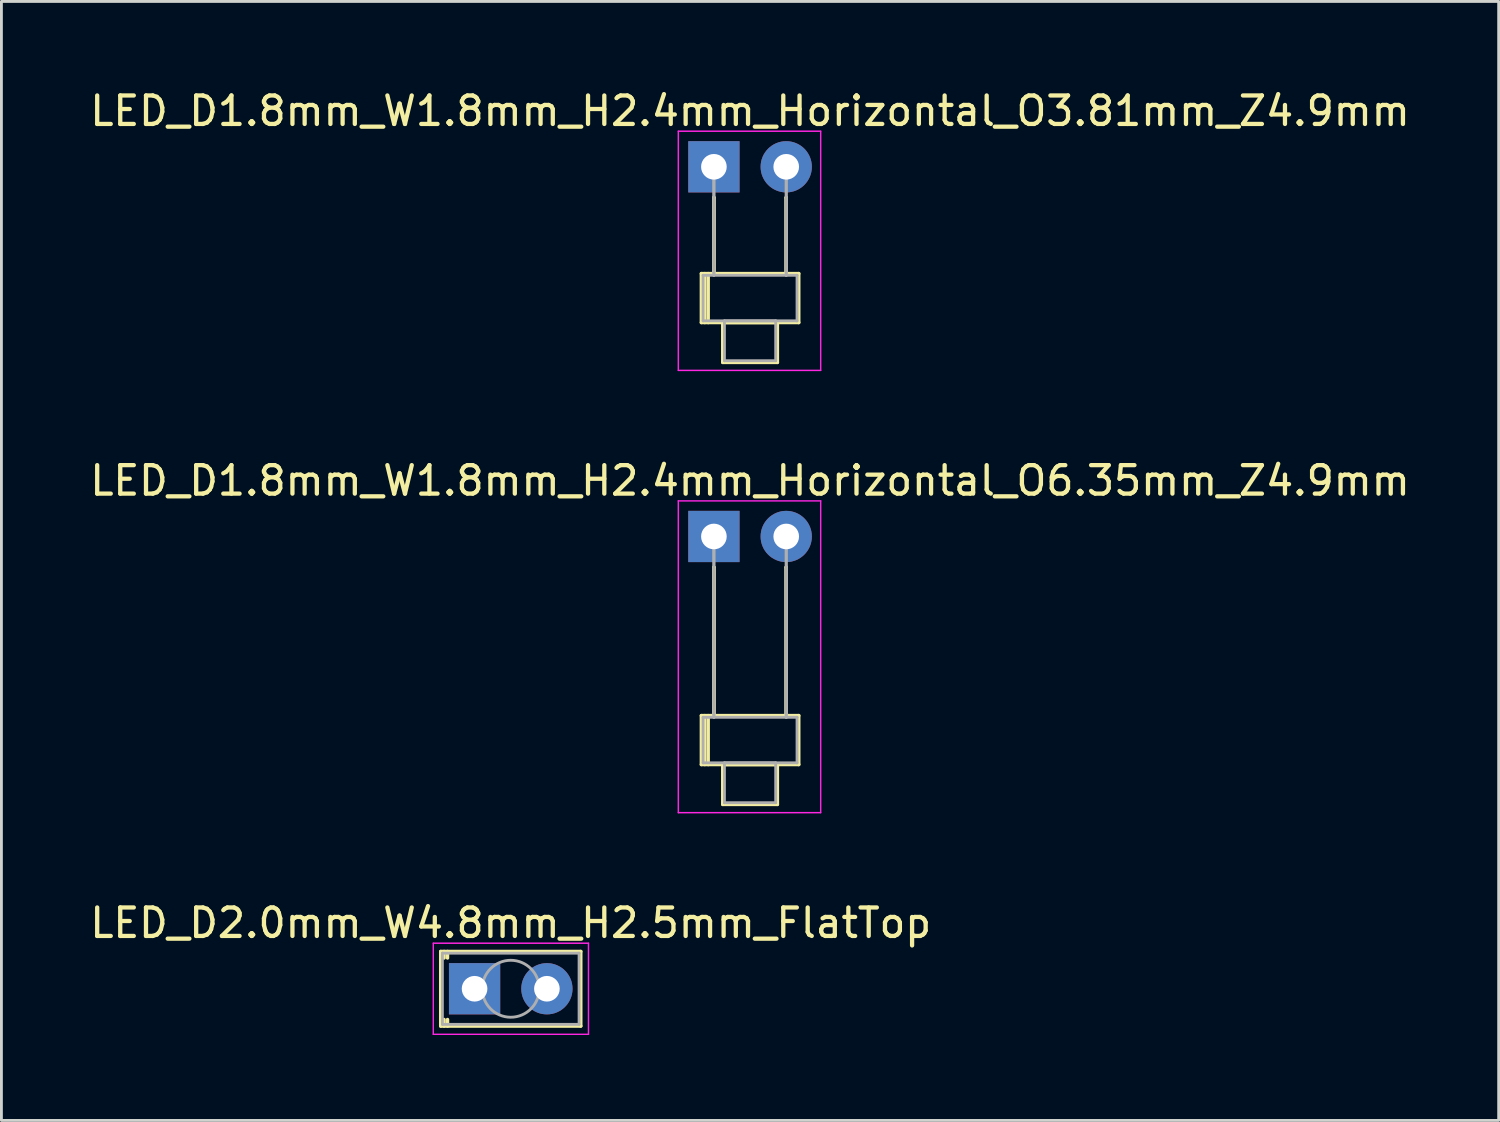
<source format=kicad_pcb>
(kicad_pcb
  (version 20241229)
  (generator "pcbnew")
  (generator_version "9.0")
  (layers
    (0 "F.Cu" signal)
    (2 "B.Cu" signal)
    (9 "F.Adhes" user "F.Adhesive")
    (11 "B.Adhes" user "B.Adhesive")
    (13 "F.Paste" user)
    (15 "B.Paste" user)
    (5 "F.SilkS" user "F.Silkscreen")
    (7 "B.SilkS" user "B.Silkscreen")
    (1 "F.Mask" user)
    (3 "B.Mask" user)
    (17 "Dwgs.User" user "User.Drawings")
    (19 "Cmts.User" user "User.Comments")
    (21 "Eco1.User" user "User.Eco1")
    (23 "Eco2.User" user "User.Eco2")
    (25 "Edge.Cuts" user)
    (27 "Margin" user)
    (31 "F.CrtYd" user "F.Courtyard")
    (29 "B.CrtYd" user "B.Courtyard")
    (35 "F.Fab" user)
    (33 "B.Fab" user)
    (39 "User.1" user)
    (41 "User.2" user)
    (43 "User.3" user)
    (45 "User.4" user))
  (footprint "LED_D2.0mm_W4.8mm_H2.5mm_FlatTop"
    (layer "F.Cu")
    (at 13.617 31.675)
    (property "Reference" "LED_D2.0mm_W4.8mm_H2.5mm_FlatTop" (at 1.27 -2.31 0) (layer "F.SilkS") (effects (font (size 1 1) (thickness 0.15))))
    (attr through_hole)
    (fp_line (start -1.19 -1.31) (end -1.19 1.31) (stroke (width 0.12) (type solid)) (layer "F.SilkS"))
    (fp_line (start -1.19 -1.31) (end 3.73 -1.31) (stroke (width 0.12) (type solid)) (layer "F.SilkS"))
    (fp_line (start -1.19 1.31) (end 3.73 1.31) (stroke (width 0.12) (type solid)) (layer "F.SilkS"))
    (fp_line (start -1.07 -1.31) (end -1.07 -1.08) (stroke (width 0.12) (type solid)) (layer "F.SilkS"))
    (fp_line (start -1.07 1.08) (end -1.07 1.31) (stroke (width 0.12) (type solid)) (layer "F.SilkS"))
    (fp_line (start -0.95 -1.31) (end -0.95 -1.08) (stroke (width 0.12) (type solid)) (layer "F.SilkS"))
    (fp_line (start -0.95 1.08) (end -0.95 1.31) (stroke (width 0.12) (type solid)) (layer "F.SilkS"))
    (fp_line (start 3.73 -1.31) (end 3.73 1.31) (stroke (width 0.12) (type solid)) (layer "F.SilkS"))
    (fp_line (start -1.45 -1.6) (end -1.45 1.6) (stroke (width 0.05) (type solid)) (layer "F.CrtYd"))
    (fp_line (start -1.45 1.6) (end 4 1.6) (stroke (width 0.05) (type solid)) (layer "F.CrtYd"))
    (fp_line (start 4 -1.6) (end -1.45 -1.6) (stroke (width 0.05) (type solid)) (layer "F.CrtYd"))
    (fp_line (start 4 1.6) (end 4 -1.6) (stroke (width 0.05) (type solid)) (layer "F.CrtYd"))
    (fp_line (start -1.13 -1.25) (end -1.13 1.25) (stroke (width 0.1) (type solid)) (layer "F.Fab"))
    (fp_line (start -1.13 1.25) (end 3.67 1.25) (stroke (width 0.1) (type solid)) (layer "F.Fab"))
    (fp_line (start 3.67 -1.25) (end -1.13 -1.25) (stroke (width 0.1) (type solid)) (layer "F.Fab"))
    (fp_line (start 3.67 1.25) (end 3.67 -1.25) (stroke (width 0.1) (type solid)) (layer "F.Fab"))
    (fp_circle (center 1.27 0) (end 2.27 0) (stroke (width 0.1) (type solid)) (fill no) (layer "F.Fab"))
    (pad "1" thru_hole rect (at 0 0) (size 1.8 1.8) (drill 0.9) (layers "*.Cu" "*.Mask"))
    (pad "2" thru_hole circle (at 2.54 0) (size 1.8 1.8) (drill 0.9) (layers "*.Cu" "*.Mask")))
  (footprint "LED_D1.8mm_W1.8mm_H2.4mm_Horizontal_O6.35mm_Z4.9mm"
    (layer "F.Cu")
    (at 22.022 15.791)
    (property "Reference" "LED_D1.8mm_W1.8mm_H2.4mm_Horizontal_O6.35mm_Z4.9mm" (at 1.27 -1.96 0) (layer "F.SilkS") (effects (font (size 1 1) (thickness 0.15))))
    (attr through_hole)
    (fp_line (start -0.44 6.29) (end -0.44 8.01) (stroke (width 0.12) (type solid)) (layer "F.SilkS"))
    (fp_line (start -0.44 8.01) (end 2.98 8.01) (stroke (width 0.12) (type solid)) (layer "F.SilkS"))
    (fp_line (start -0.32 6.29) (end -0.32 8.01) (stroke (width 0.12) (type solid)) (layer "F.SilkS"))
    (fp_line (start -0.2 6.29) (end -0.2 8.01) (stroke (width 0.12) (type solid)) (layer "F.SilkS"))
    (fp_line (start 0 1.08) (end 0 1.08) (stroke (width 0.12) (type solid)) (layer "F.SilkS"))
    (fp_line (start 0 1.08) (end 0 6.29) (stroke (width 0.12) (type solid)) (layer "F.SilkS"))
    (fp_line (start 0 6.29) (end 0 1.08) (stroke (width 0.12) (type solid)) (layer "F.SilkS"))
    (fp_line (start 0 6.29) (end 0 6.29) (stroke (width 0.12) (type solid)) (layer "F.SilkS"))
    (fp_line (start 0.31 8.01) (end 0.31 9.41) (stroke (width 0.12) (type solid)) (layer "F.SilkS"))
    (fp_line (start 0.31 9.41) (end 2.23 9.41) (stroke (width 0.12) (type solid)) (layer "F.SilkS"))
    (fp_line (start 2.23 8.01) (end 0.31 8.01) (stroke (width 0.12) (type solid)) (layer "F.SilkS"))
    (fp_line (start 2.23 9.41) (end 2.23 8.01) (stroke (width 0.12) (type solid)) (layer "F.SilkS"))
    (fp_line (start 2.54 1.08) (end 2.54 1.08) (stroke (width 0.12) (type solid)) (layer "F.SilkS"))
    (fp_line (start 2.54 1.08) (end 2.54 6.29) (stroke (width 0.12) (type solid)) (layer "F.SilkS"))
    (fp_line (start 2.54 6.29) (end 2.54 1.08) (stroke (width 0.12) (type solid)) (layer "F.SilkS"))
    (fp_line (start 2.54 6.29) (end 2.54 6.29) (stroke (width 0.12) (type solid)) (layer "F.SilkS"))
    (fp_line (start 2.98 6.29) (end -0.44 6.29) (stroke (width 0.12) (type solid)) (layer "F.SilkS"))
    (fp_line (start 2.98 8.01) (end 2.98 6.29) (stroke (width 0.12) (type solid)) (layer "F.SilkS"))
    (fp_line (start -1.25 -1.25) (end -1.25 9.7) (stroke (width 0.05) (type solid)) (layer "F.CrtYd"))
    (fp_line (start -1.25 9.7) (end 3.75 9.7) (stroke (width 0.05) (type solid)) (layer "F.CrtYd"))
    (fp_line (start 3.75 -1.25) (end -1.25 -1.25) (stroke (width 0.05) (type solid)) (layer "F.CrtYd"))
    (fp_line (start 3.75 9.7) (end 3.75 -1.25) (stroke (width 0.05) (type solid)) (layer "F.CrtYd"))
    (fp_line (start -0.38 6.35) (end -0.38 7.95) (stroke (width 0.1) (type solid)) (layer "F.Fab"))
    (fp_line (start -0.38 7.95) (end 2.92 7.95) (stroke (width 0.1) (type solid)) (layer "F.Fab"))
    (fp_line (start 0 0) (end 0 0) (stroke (width 0.1) (type solid)) (layer "F.Fab"))
    (fp_line (start 0 0) (end 0 6.35) (stroke (width 0.1) (type solid)) (layer "F.Fab"))
    (fp_line (start 0 6.35) (end 0 0) (stroke (width 0.1) (type solid)) (layer "F.Fab"))
    (fp_line (start 0 6.35) (end 0 6.35) (stroke (width 0.1) (type solid)) (layer "F.Fab"))
    (fp_line (start 0.37 7.95) (end 0.37 9.35) (stroke (width 0.1) (type solid)) (layer "F.Fab"))
    (fp_line (start 0.37 9.35) (end 2.17 9.35) (stroke (width 0.1) (type solid)) (layer "F.Fab"))
    (fp_line (start 2.17 7.95) (end 0.37 7.95) (stroke (width 0.1) (type solid)) (layer "F.Fab"))
    (fp_line (start 2.17 9.35) (end 2.17 7.95) (stroke (width 0.1) (type solid)) (layer "F.Fab"))
    (fp_line (start 2.54 0) (end 2.54 0) (stroke (width 0.1) (type solid)) (layer "F.Fab"))
    (fp_line (start 2.54 0) (end 2.54 6.35) (stroke (width 0.1) (type solid)) (layer "F.Fab"))
    (fp_line (start 2.54 6.35) (end 2.54 0) (stroke (width 0.1) (type solid)) (layer "F.Fab"))
    (fp_line (start 2.54 6.35) (end 2.54 6.35) (stroke (width 0.1) (type solid)) (layer "F.Fab"))
    (fp_line (start 2.92 6.35) (end -0.38 6.35) (stroke (width 0.1) (type solid)) (layer "F.Fab"))
    (fp_line (start 2.92 7.95) (end 2.92 6.35) (stroke (width 0.1) (type solid)) (layer "F.Fab"))
    (pad "1" thru_hole rect (at 0 0) (size 1.8 1.8) (drill 0.9) (layers "*.Cu" "*.Mask"))
    (pad "2" thru_hole circle (at 2.54 0) (size 1.8 1.8) (drill 0.9) (layers "*.Cu" "*.Mask")))
  (footprint "LED_D1.8mm_W1.8mm_H2.4mm_Horizontal_O3.81mm_Z4.9mm"
    (layer "F.Cu")
    (at 22.022 2.808)
    (property "Reference" "LED_D1.8mm_W1.8mm_H2.4mm_Horizontal_O3.81mm_Z4.9mm" (at 1.27 -1.96 0) (layer "F.SilkS") (effects (font (size 1 1) (thickness 0.15))))
    (attr through_hole)
    (fp_line (start -0.44 3.75) (end -0.44 5.47) (stroke (width 0.12) (type solid)) (layer "F.SilkS"))
    (fp_line (start -0.44 5.47) (end 2.98 5.47) (stroke (width 0.12) (type solid)) (layer "F.SilkS"))
    (fp_line (start -0.32 3.75) (end -0.32 5.47) (stroke (width 0.12) (type solid)) (layer "F.SilkS"))
    (fp_line (start -0.2 3.75) (end -0.2 5.47) (stroke (width 0.12) (type solid)) (layer "F.SilkS"))
    (fp_line (start 0 1.08) (end 0 1.08) (stroke (width 0.12) (type solid)) (layer "F.SilkS"))
    (fp_line (start 0 1.08) (end 0 3.75) (stroke (width 0.12) (type solid)) (layer "F.SilkS"))
    (fp_line (start 0 3.75) (end 0 1.08) (stroke (width 0.12) (type solid)) (layer "F.SilkS"))
    (fp_line (start 0 3.75) (end 0 3.75) (stroke (width 0.12) (type solid)) (layer "F.SilkS"))
    (fp_line (start 0.31 5.47) (end 0.31 6.87) (stroke (width 0.12) (type solid)) (layer "F.SilkS"))
    (fp_line (start 0.31 6.87) (end 2.23 6.87) (stroke (width 0.12) (type solid)) (layer "F.SilkS"))
    (fp_line (start 2.23 5.47) (end 0.31 5.47) (stroke (width 0.12) (type solid)) (layer "F.SilkS"))
    (fp_line (start 2.23 6.87) (end 2.23 5.47) (stroke (width 0.12) (type solid)) (layer "F.SilkS"))
    (fp_line (start 2.54 1.08) (end 2.54 1.08) (stroke (width 0.12) (type solid)) (layer "F.SilkS"))
    (fp_line (start 2.54 1.08) (end 2.54 3.75) (stroke (width 0.12) (type solid)) (layer "F.SilkS"))
    (fp_line (start 2.54 3.75) (end 2.54 1.08) (stroke (width 0.12) (type solid)) (layer "F.SilkS"))
    (fp_line (start 2.54 3.75) (end 2.54 3.75) (stroke (width 0.12) (type solid)) (layer "F.SilkS"))
    (fp_line (start 2.98 3.75) (end -0.44 3.75) (stroke (width 0.12) (type solid)) (layer "F.SilkS"))
    (fp_line (start 2.98 5.47) (end 2.98 3.75) (stroke (width 0.12) (type solid)) (layer "F.SilkS"))
    (fp_line (start -1.25 -1.25) (end -1.25 7.15) (stroke (width 0.05) (type solid)) (layer "F.CrtYd"))
    (fp_line (start -1.25 7.15) (end 3.75 7.15) (stroke (width 0.05) (type solid)) (layer "F.CrtYd"))
    (fp_line (start 3.75 -1.25) (end -1.25 -1.25) (stroke (width 0.05) (type solid)) (layer "F.CrtYd"))
    (fp_line (start 3.75 7.15) (end 3.75 -1.25) (stroke (width 0.05) (type solid)) (layer "F.CrtYd"))
    (fp_line (start -0.38 3.81) (end -0.38 5.41) (stroke (width 0.1) (type solid)) (layer "F.Fab"))
    (fp_line (start -0.38 5.41) (end 2.92 5.41) (stroke (width 0.1) (type solid)) (layer "F.Fab"))
    (fp_line (start 0 0) (end 0 0) (stroke (width 0.1) (type solid)) (layer "F.Fab"))
    (fp_line (start 0 0) (end 0 3.81) (stroke (width 0.1) (type solid)) (layer "F.Fab"))
    (fp_line (start 0 3.81) (end 0 0) (stroke (width 0.1) (type solid)) (layer "F.Fab"))
    (fp_line (start 0 3.81) (end 0 3.81) (stroke (width 0.1) (type solid)) (layer "F.Fab"))
    (fp_line (start 0.37 5.41) (end 0.37 6.81) (stroke (width 0.1) (type solid)) (layer "F.Fab"))
    (fp_line (start 0.37 6.81) (end 2.17 6.81) (stroke (width 0.1) (type solid)) (layer "F.Fab"))
    (fp_line (start 2.17 5.41) (end 0.37 5.41) (stroke (width 0.1) (type solid)) (layer "F.Fab"))
    (fp_line (start 2.17 6.81) (end 2.17 5.41) (stroke (width 0.1) (type solid)) (layer "F.Fab"))
    (fp_line (start 2.54 0) (end 2.54 0) (stroke (width 0.1) (type solid)) (layer "F.Fab"))
    (fp_line (start 2.54 0) (end 2.54 3.81) (stroke (width 0.1) (type solid)) (layer "F.Fab"))
    (fp_line (start 2.54 3.81) (end 2.54 0) (stroke (width 0.1) (type solid)) (layer "F.Fab"))
    (fp_line (start 2.54 3.81) (end 2.54 3.81) (stroke (width 0.1) (type solid)) (layer "F.Fab"))
    (fp_line (start 2.92 3.81) (end -0.38 3.81) (stroke (width 0.1) (type solid)) (layer "F.Fab"))
    (fp_line (start 2.92 5.41) (end 2.92 3.81) (stroke (width 0.1) (type solid)) (layer "F.Fab"))
    (pad "1" thru_hole rect (at 0 0) (size 1.8 1.8) (drill 0.9) (layers "*.Cu" "*.Mask"))
    (pad "2" thru_hole circle (at 2.54 0) (size 1.8 1.8) (drill 0.9) (layers "*.Cu" "*.Mask")))
  (gr_rect
    (start -3 -3)
    (end 49.583 36.3)
    (stroke (width 0.1) (type default))
    (fill no)
    (layer "Edge.Cuts")))
</source>
